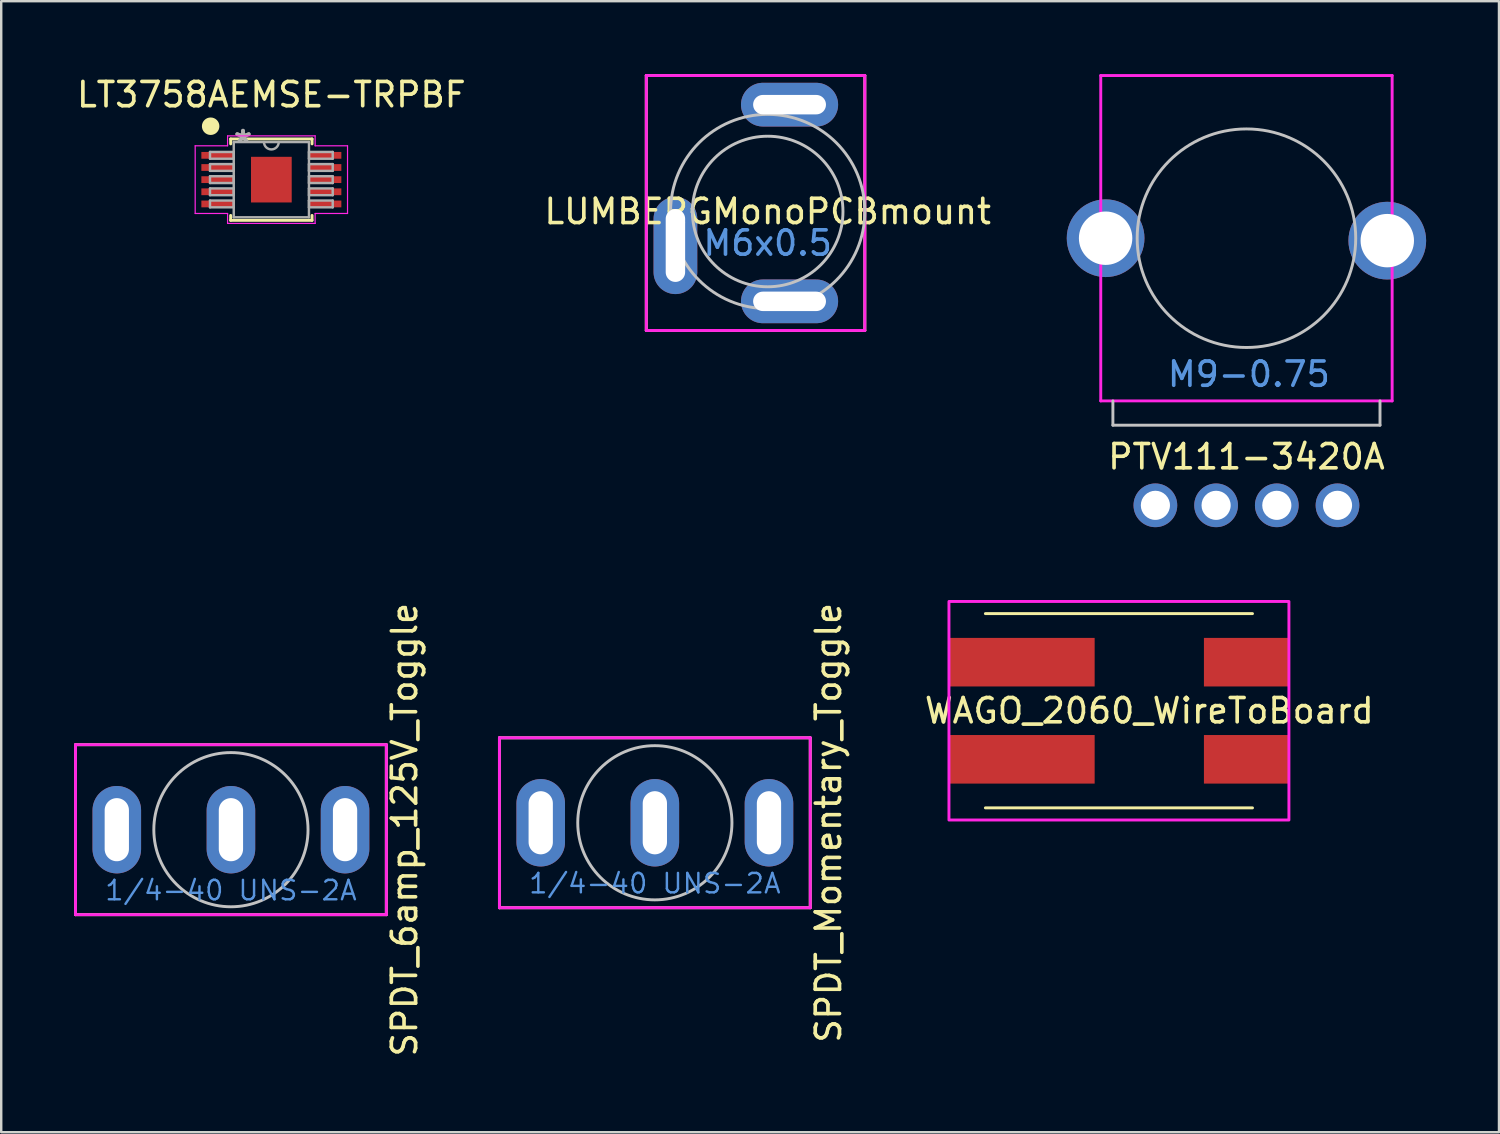
<source format=kicad_pcb>
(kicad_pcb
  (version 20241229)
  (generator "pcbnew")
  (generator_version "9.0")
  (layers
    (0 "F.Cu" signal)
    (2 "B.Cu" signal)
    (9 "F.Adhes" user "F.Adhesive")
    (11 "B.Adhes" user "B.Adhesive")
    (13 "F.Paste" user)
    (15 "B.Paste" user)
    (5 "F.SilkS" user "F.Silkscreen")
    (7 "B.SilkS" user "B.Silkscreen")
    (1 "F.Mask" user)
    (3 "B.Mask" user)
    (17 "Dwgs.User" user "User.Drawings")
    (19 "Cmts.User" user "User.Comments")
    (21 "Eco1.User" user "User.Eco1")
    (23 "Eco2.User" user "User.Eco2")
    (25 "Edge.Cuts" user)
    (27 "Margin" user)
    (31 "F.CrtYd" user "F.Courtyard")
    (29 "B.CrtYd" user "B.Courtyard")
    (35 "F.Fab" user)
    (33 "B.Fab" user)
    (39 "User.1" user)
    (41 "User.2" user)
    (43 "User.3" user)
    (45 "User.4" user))
  (footprint "SPDT_Momentary_Toggle"
    (layer "F.Cu")
    (at 23.918 30.833)
    (property "Reference" "SPDT_Momentary_Toggle" (at 7.15 0 90) (layer "F.SilkS") (effects (font (size 1 1) (thickness 0.15))))
    (attr through_hole)
    (fp_line (start -6.4 -3.5) (end -6.4 3.5) (stroke (width 0.12) (type solid)) (layer "F.SilkS"))
    (fp_line (start -6.4 -3.5) (end 6.4 -3.5) (stroke (width 0.12) (type solid)) (layer "F.SilkS"))
    (fp_line (start -6.4 3.5) (end 6.4 3.5) (stroke (width 0.12) (type solid)) (layer "F.SilkS"))
    (fp_line (start 6.4 3.5) (end 6.4 -3.5) (stroke (width 0.12) (type solid)) (layer "F.SilkS"))
    (fp_circle (center 0 0) (end 3.175 0) (stroke (width 0.12) (type solid)) (fill no) (layer "Dwgs.User"))
    (fp_line (start -6.4 -3.5) (end -6.4 3.5) (stroke (width 0.12) (type solid)) (layer "F.CrtYd"))
    (fp_line (start -6.4 -3.5) (end 6.4 -3.5) (stroke (width 0.12) (type solid)) (layer "F.CrtYd"))
    (fp_line (start -6.4 3.5) (end 6.4 3.5) (stroke (width 0.12) (type solid)) (layer "F.CrtYd"))
    (fp_line (start 6.4 3.5) (end 6.4 -3.5) (stroke (width 0.12) (type solid)) (layer "F.CrtYd"))
    (fp_text user "1/4-40 UNS-2A" (at 0 2.5 180) (layer "Cmts.User") (effects (font (size 0.8 0.8) (thickness 0.1))))
    (pad "1" thru_hole oval (at -4.7 0) (size 2 3.6) (drill oval 1 2.6) (layers "*.Cu" "*.Mask"))
    (pad "2" thru_hole oval (at 4.7 0) (size 2 3.6) (drill oval 1 2.6) (layers "*.Cu" "*.Mask"))
    (pad "3" thru_hole oval (at 0 0) (size 2 3.6) (drill oval 1 2.6) (layers "*.Cu" "*.Mask")))
  (footprint "WAGO_2060_WireToBoard"
    (layer "F.Cu")
    (at 43.03 26.22)
    (property "Reference" "WAGO_2060_WireToBoard" (at 1.25 0 0) (unlocked yes) (layer "F.SilkS") (effects (font (size 1 1) (thickness 0.15))))
    (attr smd)
    (fp_line (start -5.5 -4) (end 5.5 -4) (stroke (width 0.12) (type solid)) (layer "F.SilkS"))
    (fp_line (start -5.5 4) (end 5.5 4) (stroke (width 0.12) (type solid)) (layer "F.SilkS"))
    (fp_rect (start -7 -4.5) (end 7 4.5) (stroke (width 0.12) (type solid)) (fill no) (layer "F.CrtYd"))
    (pad "1" smd rect (at -4 -2) (size 6 2) (layers "F.Cu" "F.Mask" "F.Paste"))
    (pad "1" smd rect (at 5.25 -2) (size 3.5 2) (layers "F.Cu" "F.Mask" "F.Paste"))
    (pad "2" smd rect (at -4 2) (size 6 2) (layers "F.Cu" "F.Mask" "F.Paste"))
    (pad "2" smd rect (at 5.25 2) (size 3.5 2) (layers "F.Cu" "F.Mask" "F.Paste")))
  (footprint "PTV111-3420A"
    (layer "F.Cu")
    (at 48.281 6.76)
    (property "Reference" "PTV111-3420A" (at 0 9 0) (layer "F.SilkS") (effects (font (size 1 1) (thickness 0.15))))
    (attr through_hole)
    (fp_line (start -5.5 6.7) (end -5.5 7.7) (stroke (width 0.12) (type solid)) (layer "Dwgs.User"))
    (fp_line (start -5.5 7.7) (end 5.5 7.7) (stroke (width 0.12) (type solid)) (layer "Dwgs.User"))
    (fp_line (start 5.5 7.7) (end 5.5 6.7) (stroke (width 0.12) (type solid)) (layer "Dwgs.User"))
    (fp_circle (center 0 0) (end 4.5 0) (stroke (width 0.12) (type solid)) (fill no) (layer "Dwgs.User"))
    (fp_line (start -6 -6.7) (end -6 6.7) (stroke (width 0.12) (type solid)) (layer "F.CrtYd"))
    (fp_line (start -6 6.7) (end 6 6.7) (stroke (width 0.12) (type solid)) (layer "F.CrtYd"))
    (fp_line (start 6 -6.7) (end -6 -6.7) (stroke (width 0.12) (type solid)) (layer "F.CrtYd"))
    (fp_line (start 6 6.7) (end 6 -6.7) (stroke (width 0.12) (type solid)) (layer "F.CrtYd"))
    (fp_text user "M9-0.75" (at 0.1 5.6 0) (layer "Cmts.User") (effects (font (size 1 1) (thickness 0.15))))
    (pad "1" thru_hole circle (at -3.75 11) (size 1.8 1.8) (drill 1.2) (layers "*.Cu" "*.Mask"))
    (pad "2" thru_hole circle (at -1.25 11) (size 1.8 1.8) (drill 1.2) (layers "*.Cu" "*.Mask"))
    (pad "3" thru_hole circle (at 1.25 11) (size 1.8 1.8) (drill 1.2) (layers "*.Cu" "*.Mask"))
    (pad "4" thru_hole circle (at 3.75 11) (size 1.8 1.8) (drill 1.2) (layers "*.Cu" "*.Mask"))
    (pad "5" thru_hole circle (at -5.8 0) (size 3.2 3.2) (drill 2.2) (layers "*.Cu" "*.Mask"))
    (pad "6" thru_hole circle (at 5.8 0.1) (size 3.2 3.2) (drill 2.2) (layers "*.Cu" "*.Mask")))
  (footprint "LT3758AEMSE-TRPBF"
    (layer "F.Cu")
    (at 8.125 4.348)
    (property "Reference" "LT3758AEMSE-TRPBF" (at 0 -3.5 0) (layer "F.SilkS") (effects (font (size 1 1) (thickness 0.15))))
    (attr smd)
    (fp_line (start -1.676 -1.676) (end -1.676 -1.473) (stroke (width 0.12) (type solid)) (layer "F.SilkS"))
    (fp_line (start -1.676 1.473) (end -1.676 1.676) (stroke (width 0.12) (type solid)) (layer "F.SilkS"))
    (fp_line (start -1.676 1.676) (end 1.676 1.676) (stroke (width 0.12) (type solid)) (layer "F.SilkS"))
    (fp_line (start 1.676 -1.676) (end -1.676 -1.676) (stroke (width 0.12) (type solid)) (layer "F.SilkS"))
    (fp_line (start 1.676 -1.473) (end 1.676 -1.676) (stroke (width 0.12) (type solid)) (layer "F.SilkS"))
    (fp_line (start 1.676 1.676) (end 1.676 1.473) (stroke (width 0.12) (type solid)) (layer "F.SilkS"))
    (fp_circle (center -2.5 -2.2) (end -2.2 -2.2) (stroke (width 0.12) (type solid)) (fill yes) (layer "F.SilkS"))
    (fp_line (start -3.137 -1.394) (end -1.803 -1.394) (stroke (width 0.05) (type solid)) (layer "F.CrtYd"))
    (fp_line (start -3.137 1.394) (end -3.137 -1.394) (stroke (width 0.05) (type solid)) (layer "F.CrtYd"))
    (fp_line (start -3.137 1.394) (end -1.803 1.394) (stroke (width 0.05) (type solid)) (layer "F.CrtYd"))
    (fp_line (start -1.803 -1.803) (end 1.803 -1.803) (stroke (width 0.05) (type solid)) (layer "F.CrtYd"))
    (fp_line (start -1.803 -1.394) (end -1.803 -1.803) (stroke (width 0.05) (type solid)) (layer "F.CrtYd"))
    (fp_line (start -1.803 1.803) (end -1.803 1.394) (stroke (width 0.05) (type solid)) (layer "F.CrtYd"))
    (fp_line (start 1.803 -1.803) (end 1.803 -1.394) (stroke (width 0.05) (type solid)) (layer "F.CrtYd"))
    (fp_line (start 1.803 1.394) (end 1.803 1.803) (stroke (width 0.05) (type solid)) (layer "F.CrtYd"))
    (fp_line (start 1.803 1.803) (end -1.803 1.803) (stroke (width 0.05) (type solid)) (layer "F.CrtYd"))
    (fp_line (start 3.137 -1.394) (end 1.803 -1.394) (stroke (width 0.05) (type solid)) (layer "F.CrtYd"))
    (fp_line (start 3.137 -1.394) (end 3.137 1.394) (stroke (width 0.05) (type solid)) (layer "F.CrtYd"))
    (fp_line (start 3.137 1.394) (end 1.803 1.394) (stroke (width 0.05) (type solid)) (layer "F.CrtYd"))
    (fp_line (start -2.527 -1.14) (end -2.527 -0.861) (stroke (width 0.1) (type solid)) (layer "F.Fab"))
    (fp_line (start -2.527 -0.861) (end -1.549 -0.861) (stroke (width 0.1) (type solid)) (layer "F.Fab"))
    (fp_line (start -2.527 -0.64) (end -2.527 -0.361) (stroke (width 0.1) (type solid)) (layer "F.Fab"))
    (fp_line (start -2.527 -0.361) (end -1.549 -0.361) (stroke (width 0.1) (type solid)) (layer "F.Fab"))
    (fp_line (start -2.527 -0.14) (end -2.527 0.14) (stroke (width 0.1) (type solid)) (layer "F.Fab"))
    (fp_line (start -2.527 0.14) (end -1.549 0.14) (stroke (width 0.1) (type solid)) (layer "F.Fab"))
    (fp_line (start -2.527 0.361) (end -2.527 0.64) (stroke (width 0.1) (type solid)) (layer "F.Fab"))
    (fp_line (start -2.527 0.64) (end -1.549 0.64) (stroke (width 0.1) (type solid)) (layer "F.Fab"))
    (fp_line (start -2.527 0.861) (end -2.527 1.14) (stroke (width 0.1) (type solid)) (layer "F.Fab"))
    (fp_line (start -2.527 1.14) (end -1.549 1.14) (stroke (width 0.1) (type solid)) (layer "F.Fab"))
    (fp_line (start -1.549 -1.549) (end -1.549 1.549) (stroke (width 0.1) (type solid)) (layer "F.Fab"))
    (fp_line (start -1.549 -1.14) (end -2.527 -1.14) (stroke (width 0.1) (type solid)) (layer "F.Fab"))
    (fp_line (start -1.549 -0.861) (end -1.549 -1.14) (stroke (width 0.1) (type solid)) (layer "F.Fab"))
    (fp_line (start -1.549 -0.64) (end -2.527 -0.64) (stroke (width 0.1) (type solid)) (layer "F.Fab"))
    (fp_line (start -1.549 -0.361) (end -1.549 -0.64) (stroke (width 0.1) (type solid)) (layer "F.Fab"))
    (fp_line (start -1.549 -0.14) (end -2.527 -0.14) (stroke (width 0.1) (type solid)) (layer "F.Fab"))
    (fp_line (start -1.549 0.14) (end -1.549 -0.14) (stroke (width 0.1) (type solid)) (layer "F.Fab"))
    (fp_line (start -1.549 0.361) (end -2.527 0.361) (stroke (width 0.1) (type solid)) (layer "F.Fab"))
    (fp_line (start -1.549 0.64) (end -1.549 0.361) (stroke (width 0.1) (type solid)) (layer "F.Fab"))
    (fp_line (start -1.549 0.861) (end -2.527 0.861) (stroke (width 0.1) (type solid)) (layer "F.Fab"))
    (fp_line (start -1.549 1.14) (end -1.549 0.861) (stroke (width 0.1) (type solid)) (layer "F.Fab"))
    (fp_line (start -1.549 1.549) (end 1.549 1.549) (stroke (width 0.1) (type solid)) (layer "F.Fab"))
    (fp_line (start 1.549 -1.549) (end -1.549 -1.549) (stroke (width 0.1) (type solid)) (layer "F.Fab"))
    (fp_line (start 1.549 -1.14) (end 1.549 -0.861) (stroke (width 0.1) (type solid)) (layer "F.Fab"))
    (fp_line (start 1.549 -0.861) (end 2.527 -0.861) (stroke (width 0.1) (type solid)) (layer "F.Fab"))
    (fp_line (start 1.549 -0.64) (end 1.549 -0.361) (stroke (width 0.1) (type solid)) (layer "F.Fab"))
    (fp_line (start 1.549 -0.361) (end 2.527 -0.361) (stroke (width 0.1) (type solid)) (layer "F.Fab"))
    (fp_line (start 1.549 -0.14) (end 1.549 0.14) (stroke (width 0.1) (type solid)) (layer "F.Fab"))
    (fp_line (start 1.549 0.14) (end 2.527 0.14) (stroke (width 0.1) (type solid)) (layer "F.Fab"))
    (fp_line (start 1.549 0.361) (end 1.549 0.64) (stroke (width 0.1) (type solid)) (layer "F.Fab"))
    (fp_line (start 1.549 0.64) (end 2.527 0.64) (stroke (width 0.1) (type solid)) (layer "F.Fab"))
    (fp_line (start 1.549 0.861) (end 1.549 1.14) (stroke (width 0.1) (type solid)) (layer "F.Fab"))
    (fp_line (start 1.549 1.14) (end 2.527 1.14) (stroke (width 0.1) (type solid)) (layer "F.Fab"))
    (fp_line (start 1.549 1.549) (end 1.549 -1.549) (stroke (width 0.1) (type solid)) (layer "F.Fab"))
    (fp_line (start 2.527 -1.14) (end 1.549 -1.14) (stroke (width 0.1) (type solid)) (layer "F.Fab"))
    (fp_line (start 2.527 -0.861) (end 2.527 -1.14) (stroke (width 0.1) (type solid)) (layer "F.Fab"))
    (fp_line (start 2.527 -0.64) (end 1.549 -0.64) (stroke (width 0.1) (type solid)) (layer "F.Fab"))
    (fp_line (start 2.527 -0.361) (end 2.527 -0.64) (stroke (width 0.1) (type solid)) (layer "F.Fab"))
    (fp_line (start 2.527 -0.14) (end 1.549 -0.14) (stroke (width 0.1) (type solid)) (layer "F.Fab"))
    (fp_line (start 2.527 0.14) (end 2.527 -0.14) (stroke (width 0.1) (type solid)) (layer "F.Fab"))
    (fp_line (start 2.527 0.361) (end 1.549 0.361) (stroke (width 0.1) (type solid)) (layer "F.Fab"))
    (fp_line (start 2.527 0.64) (end 2.527 0.361) (stroke (width 0.1) (type solid)) (layer "F.Fab"))
    (fp_line (start 2.527 0.861) (end 1.549 0.861) (stroke (width 0.1) (type solid)) (layer "F.Fab"))
    (fp_line (start 2.527 1.14) (end 2.527 0.861) (stroke (width 0.1) (type solid)) (layer "F.Fab"))
    (fp_arc (start 0.3048 -1.5494) (mid 0 -1.2446) (end -0.3048 -1.5494) (stroke (width 0.1) (type solid)) (layer "F.Fab"))
    (fp_text user "Copyright 2021 Accelerated Designs. All rights reserved." (at 0 0 0) (layer "Cmts.User") (effects (font (size 0.127 0.127) (thickness 0.002))))
    (fp_text user "*" (at -1.168 -1.473 0) (layer "F.Fab") (effects (font (size 1 1) (thickness 0.15))))
    (fp_text user "*" (at -1.168 -1.473 0) (layer "F.Fab") (effects (font (size 1 1) (thickness 0.15))))
    (pad "1" smd rect (at -2.216 -1.001) (size 1.333 0.279) (layers "F.Cu" "F.Mask" "F.Paste"))
    (pad "2" smd rect (at -2.216 -0.5) (size 1.333 0.279) (layers "F.Cu" "F.Mask" "F.Paste"))
    (pad "3" smd rect (at -2.216 0) (size 1.333 0.279) (layers "F.Cu" "F.Mask" "F.Paste"))
    (pad "4" smd rect (at -2.216 0.5) (size 1.333 0.279) (layers "F.Cu" "F.Mask" "F.Paste"))
    (pad "5" smd rect (at -2.216 1.001) (size 1.333 0.279) (layers "F.Cu" "F.Mask" "F.Paste"))
    (pad "6" smd rect (at 2.216 1.001) (size 1.333 0.279) (layers "F.Cu" "F.Mask" "F.Paste"))
    (pad "7" smd rect (at 2.216 0.5) (size 1.333 0.279) (layers "F.Cu" "F.Mask" "F.Paste"))
    (pad "8" smd rect (at 2.216 0) (size 1.333 0.279) (layers "F.Cu" "F.Mask" "F.Paste"))
    (pad "9" smd rect (at 2.216 -0.5) (size 1.333 0.279) (layers "F.Cu" "F.Mask" "F.Paste"))
    (pad "10" smd rect (at 2.216 -1.001) (size 1.333 0.279) (layers "F.Cu" "F.Mask" "F.Paste"))
    (pad "EPAD" smd rect (at 0 0) (size 1.676 1.88) (layers "F.Cu" "F.Mask" "F.Paste")))
  (footprint "LUMBERGMonoPCBmount"
    (layer "F.Cu")
    (at 28.565 5.66)
    (property "Reference" "LUMBERGMonoPCBmount" (at 0 0 0) (layer "F.SilkS") (effects (font (size 1 1) (thickness 0.15))))
    (attr through_hole)
    (fp_line (start -5 -5.6) (end -5 4.9) (stroke (width 0.12) (type solid)) (layer "F.SilkS"))
    (fp_line (start -5 4.9) (end 4 4.9) (stroke (width 0.12) (type solid)) (layer "F.SilkS"))
    (fp_line (start 4 -5.6) (end -5 -5.6) (stroke (width 0.12) (type solid)) (layer "F.SilkS"))
    (fp_line (start 4 -5.6) (end 4 4.9) (stroke (width 0.12) (type solid)) (layer "F.SilkS"))
    (fp_circle (center 0 0) (end 3.1 0) (stroke (width 0.12) (type solid)) (fill no) (layer "Dwgs.User"))
    (fp_circle (center 0 0) (end 4 0) (stroke (width 0.12) (type solid)) (fill no) (layer "Dwgs.User"))
    (fp_line (start -5 -5.6) (end -5 4.9) (stroke (width 0.12) (type solid)) (layer "F.CrtYd"))
    (fp_line (start -5 4.9) (end 4 4.9) (stroke (width 0.12) (type solid)) (layer "F.CrtYd"))
    (fp_line (start 4 -5.6) (end -5 -5.6) (stroke (width 0.12) (type solid)) (layer "F.CrtYd"))
    (fp_line (start 4 -5.6) (end 4 4.9) (stroke (width 0.12) (type solid)) (layer "F.CrtYd"))
    (fp_text user "M6x0.5" (at 0 1.3 0) (layer "Cmts.User") (effects (font (size 1 1) (thickness 0.15))))
    (pad "S" thru_hole oval (at 0.9 3.7) (size 4 1.8) (drill oval 3 0.8) (layers "*.Cu" "*.Mask"))
    (pad "T" thru_hole oval (at 0.9 -4.4) (size 4 1.8) (drill oval 3 0.8) (layers "*.Cu" "*.Mask"))
    (pad "TN" thru_hole oval (at -3.8 1.4) (size 1.8 4) (drill oval 0.8 3) (layers "*.Cu" "*.Mask")))
  (footprint "SPDT_6amp_125V_Toggle"
    (layer "F.Cu")
    (at 6.46 31.118)
    (property "Reference" "SPDT_6amp_125V_Toggle" (at 7.15 0 90) (layer "F.SilkS") (effects (font (size 1 1) (thickness 0.15))))
    (attr through_hole)
    (fp_line (start -6.4 -3.5) (end -6.4 3.5) (stroke (width 0.12) (type solid)) (layer "F.SilkS"))
    (fp_line (start -6.4 -3.5) (end 6.4 -3.5) (stroke (width 0.12) (type solid)) (layer "F.SilkS"))
    (fp_line (start -6.4 3.5) (end 6.4 3.5) (stroke (width 0.12) (type solid)) (layer "F.SilkS"))
    (fp_line (start 6.4 3.5) (end 6.4 -3.5) (stroke (width 0.12) (type solid)) (layer "F.SilkS"))
    (fp_circle (center 0 0) (end 3.175 0) (stroke (width 0.12) (type solid)) (fill no) (layer "Dwgs.User"))
    (fp_line (start -6.4 -3.5) (end -6.4 3.5) (stroke (width 0.12) (type solid)) (layer "F.CrtYd"))
    (fp_line (start -6.4 -3.5) (end 6.4 -3.5) (stroke (width 0.12) (type solid)) (layer "F.CrtYd"))
    (fp_line (start -6.4 3.5) (end 6.4 3.5) (stroke (width 0.12) (type solid)) (layer "F.CrtYd"))
    (fp_line (start 6.4 3.5) (end 6.4 -3.5) (stroke (width 0.12) (type solid)) (layer "F.CrtYd"))
    (fp_text user "1/4-40 UNS-2A" (at 0 2.5 180) (layer "Cmts.User") (effects (font (size 0.8 0.8) (thickness 0.1))))
    (pad "1" thru_hole oval (at -4.7 0) (size 2 3.6) (drill oval 1 2.6) (layers "*.Cu" "*.Mask"))
    (pad "2" thru_hole oval (at 0 0) (size 2 3.6) (drill oval 1 2.6) (layers "*.Cu" "*.Mask"))
    (pad "3" thru_hole oval (at 4.7 0) (size 2 3.6) (drill oval 1 2.6) (layers "*.Cu" "*.Mask")))
  (gr_rect
    (start -3 -3)
    (end 58.681 43.577)
    (stroke (width 0.1) (type default))
    (fill no)
    (layer "Edge.Cuts")))
</source>
